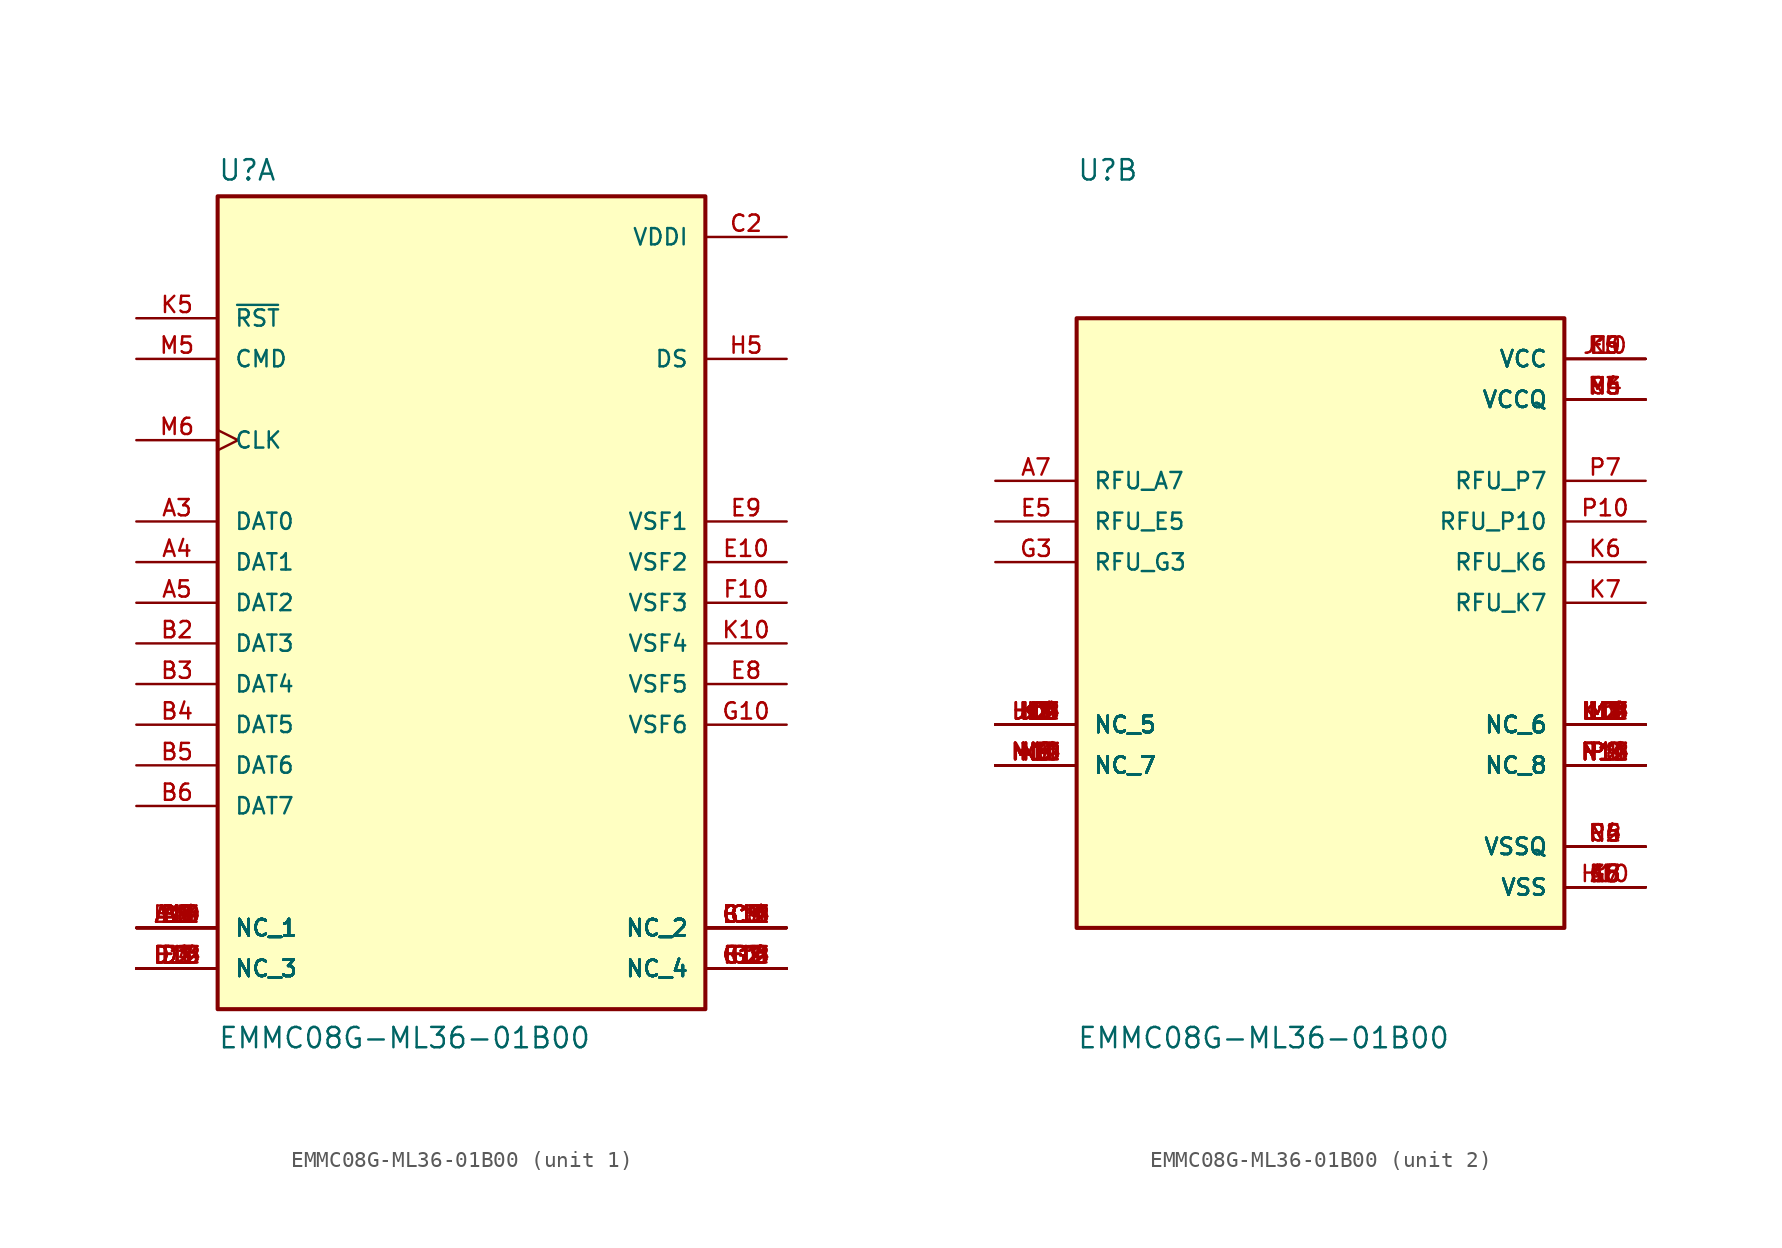
<source format=kicad_sym>
(kicad_symbol_lib
  (version 20231120)
  (generator "kicad_symbol_editor")
  (generator_version "8.0")
  (symbol "EMMC08G-ML36-01B00"
    (pin_names
      (offset 1.016))
    (property "Reference" "U"
      (at -15.24 26.289 0)
      (effects (font (size 1.27 1.27)) (justify left bottom)))
    (property "Value" "EMMC08G-ML36-01B00"
      (at -15.24 -27.94 0)
      (effects (font (size 1.27 1.27)) (justify left bottom)))
    (symbol "EMMC08G-ML36-01B00_1_0"
      (rectangle (start -15.24 -25.4) (end 15.24 25.4) (stroke (width 0.254) (type default)) (fill (type background)))
      (pin passive line (at -20.32 -20.32 0) (length 5.08) (name "NC_1" (effects (font (size 1.016 1.016)))) (number "A1" (effects (font (size 1.016 1.016)))))
      (pin passive line (at -20.32 -20.32 0) (length 5.08) (name "NC_1" (effects (font (size 1.016 1.016)))) (number "A10" (effects (font (size 1.016 1.016)))))
      (pin passive line (at -20.32 -20.32 0) (length 5.08) (name "NC_1" (effects (font (size 1.016 1.016)))) (number "A11" (effects (font (size 1.016 1.016)))))
      (pin passive line (at -20.32 -20.32 0) (length 5.08) (name "NC_1" (effects (font (size 1.016 1.016)))) (number "A12" (effects (font (size 1.016 1.016)))))
      (pin passive line (at -20.32 -20.32 0) (length 5.08) (name "NC_1" (effects (font (size 1.016 1.016)))) (number "A13" (effects (font (size 1.016 1.016)))))
      (pin passive line (at -20.32 -20.32 0) (length 5.08) (name "NC_1" (effects (font (size 1.016 1.016)))) (number "A14" (effects (font (size 1.016 1.016)))))
      (pin passive line (at -20.32 -20.32 0) (length 5.08) (name "NC_1" (effects (font (size 1.016 1.016)))) (number "A2" (effects (font (size 1.016 1.016)))))
      (pin bidirectional line (at -20.32 5.08 0) (length 5.08) (name "DAT0" (effects (font (size 1.016 1.016)))) (number "A3" (effects (font (size 1.016 1.016)))))
      (pin bidirectional line (at -20.32 2.54 0) (length 5.08) (name "DAT1" (effects (font (size 1.016 1.016)))) (number "A4" (effects (font (size 1.016 1.016)))))
      (pin bidirectional line (at -20.32 0 0) (length 5.08) (name "DAT2" (effects (font (size 1.016 1.016)))) (number "A5" (effects (font (size 1.016 1.016)))))
      (pin passive line (at -20.32 -20.32 0) (length 5.08) (name "NC_1" (effects (font (size 1.016 1.016)))) (number "A8" (effects (font (size 1.016 1.016)))))
      (pin passive line (at -20.32 -20.32 0) (length 5.08) (name "NC_1" (effects (font (size 1.016 1.016)))) (number "A9" (effects (font (size 1.016 1.016)))))
      (pin passive line (at -20.32 -20.32 0) (length 5.08) (name "NC_1" (effects (font (size 1.016 1.016)))) (number "B1" (effects (font (size 1.016 1.016)))))
      (pin passive line (at -20.32 -20.32 0) (length 5.08) (name "NC_1" (effects (font (size 1.016 1.016)))) (number "B10" (effects (font (size 1.016 1.016)))))
      (pin passive line (at 20.32 -20.32 180) (length 5.08) (name "NC_2" (effects (font (size 1.016 1.016)))) (number "B11" (effects (font (size 1.016 1.016)))))
      (pin passive line (at 20.32 -20.32 180) (length 5.08) (name "NC_2" (effects (font (size 1.016 1.016)))) (number "B12" (effects (font (size 1.016 1.016)))))
      (pin passive line (at 20.32 -20.32 180) (length 5.08) (name "NC_2" (effects (font (size 1.016 1.016)))) (number "B13" (effects (font (size 1.016 1.016)))))
      (pin passive line (at 20.32 -20.32 180) (length 5.08) (name "NC_2" (effects (font (size 1.016 1.016)))) (number "B14" (effects (font (size 1.016 1.016)))))
      (pin bidirectional line (at -20.32 -2.54 0) (length 5.08) (name "DAT3" (effects (font (size 1.016 1.016)))) (number "B2" (effects (font (size 1.016 1.016)))))
      (pin bidirectional line (at -20.32 -5.08 0) (length 5.08) (name "DAT4" (effects (font (size 1.016 1.016)))) (number "B3" (effects (font (size 1.016 1.016)))))
      (pin bidirectional line (at -20.32 -7.62 0) (length 5.08) (name "DAT5" (effects (font (size 1.016 1.016)))) (number "B4" (effects (font (size 1.016 1.016)))))
      (pin bidirectional line (at -20.32 -10.16 0) (length 5.08) (name "DAT6" (effects (font (size 1.016 1.016)))) (number "B5" (effects (font (size 1.016 1.016)))))
      (pin bidirectional line (at -20.32 -12.7 0) (length 5.08) (name "DAT7" (effects (font (size 1.016 1.016)))) (number "B6" (effects (font (size 1.016 1.016)))))
      (pin passive line (at -20.32 -20.32 0) (length 5.08) (name "NC_1" (effects (font (size 1.016 1.016)))) (number "B7" (effects (font (size 1.016 1.016)))))
      (pin passive line (at -20.32 -20.32 0) (length 5.08) (name "NC_1" (effects (font (size 1.016 1.016)))) (number "B8" (effects (font (size 1.016 1.016)))))
      (pin passive line (at -20.32 -20.32 0) (length 5.08) (name "NC_1" (effects (font (size 1.016 1.016)))) (number "B9" (effects (font (size 1.016 1.016)))))
      (pin passive line (at 20.32 -20.32 180) (length 5.08) (name "NC_2" (effects (font (size 1.016 1.016)))) (number "C1" (effects (font (size 1.016 1.016)))))
      (pin passive line (at 20.32 -20.32 180) (length 5.08) (name "NC_2" (effects (font (size 1.016 1.016)))) (number "C10" (effects (font (size 1.016 1.016)))))
      (pin passive line (at 20.32 -20.32 180) (length 5.08) (name "NC_2" (effects (font (size 1.016 1.016)))) (number "C11" (effects (font (size 1.016 1.016)))))
      (pin passive line (at 20.32 -20.32 180) (length 5.08) (name "NC_2" (effects (font (size 1.016 1.016)))) (number "C12" (effects (font (size 1.016 1.016)))))
      (pin passive line (at 20.32 -20.32 180) (length 5.08) (name "NC_2" (effects (font (size 1.016 1.016)))) (number "C13" (effects (font (size 1.016 1.016)))))
      (pin passive line (at 20.32 -20.32 180) (length 5.08) (name "NC_2" (effects (font (size 1.016 1.016)))) (number "C14" (effects (font (size 1.016 1.016)))))
      (pin passive line (at 20.32 22.86 180) (length 5.08) (name "VDDI" (effects (font (size 1.016 1.016)))) (number "C2" (effects (font (size 1.016 1.016)))))
      (pin passive line (at 20.32 -20.32 180) (length 5.08) (name "NC_2" (effects (font (size 1.016 1.016)))) (number "C3" (effects (font (size 1.016 1.016)))))
      (pin passive line (at 20.32 -20.32 180) (length 5.08) (name "NC_2" (effects (font (size 1.016 1.016)))) (number "C5" (effects (font (size 1.016 1.016)))))
      (pin passive line (at 20.32 -20.32 180) (length 5.08) (name "NC_2" (effects (font (size 1.016 1.016)))) (number "C7" (effects (font (size 1.016 1.016)))))
      (pin passive line (at 20.32 -20.32 180) (length 5.08) (name "NC_2" (effects (font (size 1.016 1.016)))) (number "C8" (effects (font (size 1.016 1.016)))))
      (pin passive line (at 20.32 -20.32 180) (length 5.08) (name "NC_2" (effects (font (size 1.016 1.016)))) (number "C9" (effects (font (size 1.016 1.016)))))
      (pin passive line (at -20.32 -22.86 0) (length 5.08) (name "NC_3" (effects (font (size 1.016 1.016)))) (number "D1" (effects (font (size 1.016 1.016)))))
      (pin passive line (at -20.32 -22.86 0) (length 5.08) (name "NC_3" (effects (font (size 1.016 1.016)))) (number "D12" (effects (font (size 1.016 1.016)))))
      (pin passive line (at -20.32 -22.86 0) (length 5.08) (name "NC_3" (effects (font (size 1.016 1.016)))) (number "D13" (effects (font (size 1.016 1.016)))))
      (pin passive line (at -20.32 -22.86 0) (length 5.08) (name "NC_3" (effects (font (size 1.016 1.016)))) (number "D14" (effects (font (size 1.016 1.016)))))
      (pin passive line (at -20.32 -22.86 0) (length 5.08) (name "NC_3" (effects (font (size 1.016 1.016)))) (number "D2" (effects (font (size 1.016 1.016)))))
      (pin passive line (at -20.32 -22.86 0) (length 5.08) (name "NC_3" (effects (font (size 1.016 1.016)))) (number "D3" (effects (font (size 1.016 1.016)))))
      (pin passive line (at -20.32 -22.86 0) (length 5.08) (name "NC_3" (effects (font (size 1.016 1.016)))) (number "D4" (effects (font (size 1.016 1.016)))))
      (pin passive line (at -20.32 -22.86 0) (length 5.08) (name "NC_3" (effects (font (size 1.016 1.016)))) (number "E1" (effects (font (size 1.016 1.016)))))
      (pin bidirectional line (at 20.32 2.54 180) (length 5.08) (name "VSF2" (effects (font (size 1.016 1.016)))) (number "E10" (effects (font (size 1.016 1.016)))))
      (pin passive line (at -20.32 -22.86 0) (length 5.08) (name "NC_3" (effects (font (size 1.016 1.016)))) (number "E12" (effects (font (size 1.016 1.016)))))
      (pin passive line (at -20.32 -22.86 0) (length 5.08) (name "NC_3" (effects (font (size 1.016 1.016)))) (number "E13" (effects (font (size 1.016 1.016)))))
      (pin passive line (at 20.32 -22.86 180) (length 5.08) (name "NC_4" (effects (font (size 1.016 1.016)))) (number "E14" (effects (font (size 1.016 1.016)))))
      (pin passive line (at -20.32 -22.86 0) (length 5.08) (name "NC_3" (effects (font (size 1.016 1.016)))) (number "E2" (effects (font (size 1.016 1.016)))))
      (pin passive line (at -20.32 -22.86 0) (length 5.08) (name "NC_3" (effects (font (size 1.016 1.016)))) (number "E3" (effects (font (size 1.016 1.016)))))
      (pin bidirectional line (at 20.32 -5.08 180) (length 5.08) (name "VSF5" (effects (font (size 1.016 1.016)))) (number "E8" (effects (font (size 1.016 1.016)))))
      (pin bidirectional line (at 20.32 5.08 180) (length 5.08) (name "VSF1" (effects (font (size 1.016 1.016)))) (number "E9" (effects (font (size 1.016 1.016)))))
      (pin passive line (at 20.32 -22.86 180) (length 5.08) (name "NC_4" (effects (font (size 1.016 1.016)))) (number "F1" (effects (font (size 1.016 1.016)))))
      (pin bidirectional line (at 20.32 0 180) (length 5.08) (name "VSF3" (effects (font (size 1.016 1.016)))) (number "F10" (effects (font (size 1.016 1.016)))))
      (pin passive line (at 20.32 -22.86 180) (length 5.08) (name "NC_4" (effects (font (size 1.016 1.016)))) (number "F12" (effects (font (size 1.016 1.016)))))
      (pin passive line (at 20.32 -22.86 180) (length 5.08) (name "NC_4" (effects (font (size 1.016 1.016)))) (number "F13" (effects (font (size 1.016 1.016)))))
      (pin passive line (at 20.32 -22.86 180) (length 5.08) (name "NC_4" (effects (font (size 1.016 1.016)))) (number "F14" (effects (font (size 1.016 1.016)))))
      (pin passive line (at 20.32 -22.86 180) (length 5.08) (name "NC_4" (effects (font (size 1.016 1.016)))) (number "F2" (effects (font (size 1.016 1.016)))))
      (pin passive line (at 20.32 -22.86 180) (length 5.08) (name "NC_4" (effects (font (size 1.016 1.016)))) (number "F3" (effects (font (size 1.016 1.016)))))
      (pin passive line (at 20.32 -22.86 180) (length 5.08) (name "NC_4" (effects (font (size 1.016 1.016)))) (number "G1" (effects (font (size 1.016 1.016)))))
      (pin bidirectional line (at 20.32 -7.62 180) (length 5.08) (name "VSF6" (effects (font (size 1.016 1.016)))) (number "G10" (effects (font (size 1.016 1.016)))))
      (pin passive line (at 20.32 -22.86 180) (length 5.08) (name "NC_4" (effects (font (size 1.016 1.016)))) (number "G12" (effects (font (size 1.016 1.016)))))
      (pin passive line (at 20.32 -22.86 180) (length 5.08) (name "NC_4" (effects (font (size 1.016 1.016)))) (number "G13" (effects (font (size 1.016 1.016)))))
      (pin passive line (at 20.32 -22.86 180) (length 5.08) (name "NC_4" (effects (font (size 1.016 1.016)))) (number "G14" (effects (font (size 1.016 1.016)))))
      (pin passive line (at 20.32 -22.86 180) (length 5.08) (name "NC_4" (effects (font (size 1.016 1.016)))) (number "G2" (effects (font (size 1.016 1.016)))))
      (pin bidirectional line (at 20.32 15.24 180) (length 5.08) (name "DS" (effects (font (size 1.016 1.016)))) (number "H5" (effects (font (size 1.016 1.016)))))
      (pin bidirectional line (at 20.32 -2.54 180) (length 5.08) (name "VSF4" (effects (font (size 1.016 1.016)))) (number "K10" (effects (font (size 1.016 1.016)))))
      (pin input line (at -20.32 17.78 0) (length 5.08) (name "~{RST}" (effects (font (size 1.016 1.016)))) (number "K5" (effects (font (size 1.016 1.016)))))
      (pin bidirectional line (at -20.32 15.24 0) (length 5.08) (name "CMD" (effects (font (size 1.016 1.016)))) (number "M5" (effects (font (size 1.016 1.016)))))
      (pin input clock (at -20.32 10.16 0) (length 5.08) (name "CLK" (effects (font (size 1.016 1.016)))) (number "M6" (effects (font (size 1.016 1.016))))))
    (symbol "EMMC08G-ML36-01B00_2_0"
      (rectangle (start -15.24 -20.32) (end 15.24 17.78) (stroke (width 0.254) (type default)) (fill (type background)))
      (pin power_in line (at 20.32 -17.78 180) (length 5.08) (name "VSS" (effects (font (size 1.016 1.016)))) (number "A6" (effects (font (size 1.016 1.016)))))
      (pin passive line (at -20.32 7.62 0) (length 5.08) (name "RFU_A7" (effects (font (size 1.016 1.016)))) (number "A7" (effects (font (size 1.016 1.016)))))
      (pin power_in line (at 20.32 -15.24 180) (length 5.08) (name "VSSQ" (effects (font (size 1.016 1.016)))) (number "C4" (effects (font (size 1.016 1.016)))))
      (pin power_in line (at 20.32 12.7 180) (length 5.08) (name "VCCQ" (effects (font (size 1.016 1.016)))) (number "C6" (effects (font (size 1.016 1.016)))))
      (pin passive line (at -20.32 5.08 0) (length 5.08) (name "RFU_E5" (effects (font (size 1.016 1.016)))) (number "E5" (effects (font (size 1.016 1.016)))))
      (pin power_in line (at 20.32 15.24 180) (length 5.08) (name "VCC" (effects (font (size 1.016 1.016)))) (number "E6" (effects (font (size 1.016 1.016)))))
      (pin power_in line (at 20.32 -17.78 180) (length 5.08) (name "VSS" (effects (font (size 1.016 1.016)))) (number "E7" (effects (font (size 1.016 1.016)))))
      (pin power_in line (at 20.32 15.24 180) (length 5.08) (name "VCC" (effects (font (size 1.016 1.016)))) (number "F5" (effects (font (size 1.016 1.016)))))
      (pin passive line (at -20.32 2.54 0) (length 5.08) (name "RFU_G3" (effects (font (size 1.016 1.016)))) (number "G3" (effects (font (size 1.016 1.016)))))
      (pin power_in line (at 20.32 -17.78 180) (length 5.08) (name "VSS" (effects (font (size 1.016 1.016)))) (number "G5" (effects (font (size 1.016 1.016)))))
      (pin passive line (at -20.32 -7.62 0) (length 5.08) (name "NC_5" (effects (font (size 1.016 1.016)))) (number "H1" (effects (font (size 1.016 1.016)))))
      (pin power_in line (at 20.32 -17.78 180) (length 5.08) (name "VSS" (effects (font (size 1.016 1.016)))) (number "H10" (effects (font (size 1.016 1.016)))))
      (pin passive line (at -20.32 -7.62 0) (length 5.08) (name "NC_5" (effects (font (size 1.016 1.016)))) (number "H12" (effects (font (size 1.016 1.016)))))
      (pin passive line (at -20.32 -7.62 0) (length 5.08) (name "NC_5" (effects (font (size 1.016 1.016)))) (number "H13" (effects (font (size 1.016 1.016)))))
      (pin passive line (at -20.32 -7.62 0) (length 5.08) (name "NC_5" (effects (font (size 1.016 1.016)))) (number "H14" (effects (font (size 1.016 1.016)))))
      (pin passive line (at -20.32 -7.62 0) (length 5.08) (name "NC_5" (effects (font (size 1.016 1.016)))) (number "H2" (effects (font (size 1.016 1.016)))))
      (pin passive line (at -20.32 -7.62 0) (length 5.08) (name "NC_5" (effects (font (size 1.016 1.016)))) (number "H3" (effects (font (size 1.016 1.016)))))
      (pin passive line (at -20.32 -7.62 0) (length 5.08) (name "NC_5" (effects (font (size 1.016 1.016)))) (number "J1" (effects (font (size 1.016 1.016)))))
      (pin power_in line (at 20.32 15.24 180) (length 5.08) (name "VCC" (effects (font (size 1.016 1.016)))) (number "J10" (effects (font (size 1.016 1.016)))))
      (pin passive line (at -20.32 -7.62 0) (length 5.08) (name "NC_5" (effects (font (size 1.016 1.016)))) (number "J12" (effects (font (size 1.016 1.016)))))
      (pin passive line (at -20.32 -7.62 0) (length 5.08) (name "NC_5" (effects (font (size 1.016 1.016)))) (number "J13" (effects (font (size 1.016 1.016)))))
      (pin passive line (at -20.32 -7.62 0) (length 5.08) (name "NC_5" (effects (font (size 1.016 1.016)))) (number "J14" (effects (font (size 1.016 1.016)))))
      (pin passive line (at -20.32 -7.62 0) (length 5.08) (name "NC_5" (effects (font (size 1.016 1.016)))) (number "J2" (effects (font (size 1.016 1.016)))))
      (pin passive line (at -20.32 -7.62 0) (length 5.08) (name "NC_5" (effects (font (size 1.016 1.016)))) (number "J3" (effects (font (size 1.016 1.016)))))
      (pin power_in line (at 20.32 -17.78 180) (length 5.08) (name "VSS" (effects (font (size 1.016 1.016)))) (number "J5" (effects (font (size 1.016 1.016)))))
      (pin passive line (at -20.32 -7.62 0) (length 5.08) (name "NC_5" (effects (font (size 1.016 1.016)))) (number "K1" (effects (font (size 1.016 1.016)))))
      (pin passive line (at 20.32 -7.62 180) (length 5.08) (name "NC_6" (effects (font (size 1.016 1.016)))) (number "K12" (effects (font (size 1.016 1.016)))))
      (pin passive line (at 20.32 -7.62 180) (length 5.08) (name "NC_6" (effects (font (size 1.016 1.016)))) (number "K13" (effects (font (size 1.016 1.016)))))
      (pin passive line (at 20.32 -7.62 180) (length 5.08) (name "NC_6" (effects (font (size 1.016 1.016)))) (number "K14" (effects (font (size 1.016 1.016)))))
      (pin passive line (at -20.32 -7.62 0) (length 5.08) (name "NC_5" (effects (font (size 1.016 1.016)))) (number "K2" (effects (font (size 1.016 1.016)))))
      (pin passive line (at -20.32 -7.62 0) (length 5.08) (name "NC_5" (effects (font (size 1.016 1.016)))) (number "K3" (effects (font (size 1.016 1.016)))))
      (pin passive line (at 20.32 2.54 180) (length 5.08) (name "RFU_K6" (effects (font (size 1.016 1.016)))) (number "K6" (effects (font (size 1.016 1.016)))))
      (pin passive line (at 20.32 0 180) (length 5.08) (name "RFU_K7" (effects (font (size 1.016 1.016)))) (number "K7" (effects (font (size 1.016 1.016)))))
      (pin power_in line (at 20.32 -17.78 180) (length 5.08) (name "VSS" (effects (font (size 1.016 1.016)))) (number "K8" (effects (font (size 1.016 1.016)))))
      (pin power_in line (at 20.32 15.24 180) (length 5.08) (name "VCC" (effects (font (size 1.016 1.016)))) (number "K9" (effects (font (size 1.016 1.016)))))
      (pin passive line (at 20.32 -7.62 180) (length 5.08) (name "NC_6" (effects (font (size 1.016 1.016)))) (number "L1" (effects (font (size 1.016 1.016)))))
      (pin passive line (at 20.32 -7.62 180) (length 5.08) (name "NC_6" (effects (font (size 1.016 1.016)))) (number "L12" (effects (font (size 1.016 1.016)))))
      (pin passive line (at 20.32 -7.62 180) (length 5.08) (name "NC_6" (effects (font (size 1.016 1.016)))) (number "L13" (effects (font (size 1.016 1.016)))))
      (pin passive line (at 20.32 -7.62 180) (length 5.08) (name "NC_6" (effects (font (size 1.016 1.016)))) (number "L14" (effects (font (size 1.016 1.016)))))
      (pin passive line (at 20.32 -7.62 180) (length 5.08) (name "NC_6" (effects (font (size 1.016 1.016)))) (number "L2" (effects (font (size 1.016 1.016)))))
      (pin passive line (at 20.32 -7.62 180) (length 5.08) (name "NC_6" (effects (font (size 1.016 1.016)))) (number "L3" (effects (font (size 1.016 1.016)))))
      (pin passive line (at 20.32 -7.62 180) (length 5.08) (name "NC_6" (effects (font (size 1.016 1.016)))) (number "M1" (effects (font (size 1.016 1.016)))))
      (pin passive line (at -20.32 -10.16 0) (length 5.08) (name "NC_7" (effects (font (size 1.016 1.016)))) (number "M10" (effects (font (size 1.016 1.016)))))
      (pin passive line (at -20.32 -10.16 0) (length 5.08) (name "NC_7" (effects (font (size 1.016 1.016)))) (number "M11" (effects (font (size 1.016 1.016)))))
      (pin passive line (at -20.32 -10.16 0) (length 5.08) (name "NC_7" (effects (font (size 1.016 1.016)))) (number "M12" (effects (font (size 1.016 1.016)))))
      (pin passive line (at -20.32 -10.16 0) (length 5.08) (name "NC_7" (effects (font (size 1.016 1.016)))) (number "M13" (effects (font (size 1.016 1.016)))))
      (pin passive line (at -20.32 -10.16 0) (length 5.08) (name "NC_7" (effects (font (size 1.016 1.016)))) (number "M14" (effects (font (size 1.016 1.016)))))
      (pin passive line (at 20.32 -7.62 180) (length 5.08) (name "NC_6" (effects (font (size 1.016 1.016)))) (number "M2" (effects (font (size 1.016 1.016)))))
      (pin passive line (at 20.32 -7.62 180) (length 5.08) (name "NC_6" (effects (font (size 1.016 1.016)))) (number "M3" (effects (font (size 1.016 1.016)))))
      (pin power_in line (at 20.32 12.7 180) (length 5.08) (name "VCCQ" (effects (font (size 1.016 1.016)))) (number "M4" (effects (font (size 1.016 1.016)))))
      (pin passive line (at 20.32 -7.62 180) (length 5.08) (name "NC_6" (effects (font (size 1.016 1.016)))) (number "M7" (effects (font (size 1.016 1.016)))))
      (pin passive line (at -20.32 -10.16 0) (length 5.08) (name "NC_7" (effects (font (size 1.016 1.016)))) (number "M8" (effects (font (size 1.016 1.016)))))
      (pin passive line (at -20.32 -10.16 0) (length 5.08) (name "NC_7" (effects (font (size 1.016 1.016)))) (number "M9" (effects (font (size 1.016 1.016)))))
      (pin passive line (at -20.32 -10.16 0) (length 5.08) (name "NC_7" (effects (font (size 1.016 1.016)))) (number "N1" (effects (font (size 1.016 1.016)))))
      (pin passive line (at -20.32 -10.16 0) (length 5.08) (name "NC_7" (effects (font (size 1.016 1.016)))) (number "N10" (effects (font (size 1.016 1.016)))))
      (pin passive line (at 20.32 -10.16 180) (length 5.08) (name "NC_8" (effects (font (size 1.016 1.016)))) (number "N11" (effects (font (size 1.016 1.016)))))
      (pin passive line (at 20.32 -10.16 180) (length 5.08) (name "NC_8" (effects (font (size 1.016 1.016)))) (number "N12" (effects (font (size 1.016 1.016)))))
      (pin passive line (at 20.32 -10.16 180) (length 5.08) (name "NC_8" (effects (font (size 1.016 1.016)))) (number "N13" (effects (font (size 1.016 1.016)))))
      (pin passive line (at 20.32 -10.16 180) (length 5.08) (name "NC_8" (effects (font (size 1.016 1.016)))) (number "N14" (effects (font (size 1.016 1.016)))))
      (pin power_in line (at 20.32 -15.24 180) (length 5.08) (name "VSSQ" (effects (font (size 1.016 1.016)))) (number "N2" (effects (font (size 1.016 1.016)))))
      (pin passive line (at -20.32 -10.16 0) (length 5.08) (name "NC_7" (effects (font (size 1.016 1.016)))) (number "N3" (effects (font (size 1.016 1.016)))))
      (pin power_in line (at 20.32 12.7 180) (length 5.08) (name "VCCQ" (effects (font (size 1.016 1.016)))) (number "N4" (effects (font (size 1.016 1.016)))))
      (pin power_in line (at 20.32 -15.24 180) (length 5.08) (name "VSSQ" (effects (font (size 1.016 1.016)))) (number "N5" (effects (font (size 1.016 1.016)))))
      (pin passive line (at -20.32 -10.16 0) (length 5.08) (name "NC_7" (effects (font (size 1.016 1.016)))) (number "N6" (effects (font (size 1.016 1.016)))))
      (pin passive line (at -20.32 -10.16 0) (length 5.08) (name "NC_7" (effects (font (size 1.016 1.016)))) (number "N7" (effects (font (size 1.016 1.016)))))
      (pin passive line (at -20.32 -10.16 0) (length 5.08) (name "NC_7" (effects (font (size 1.016 1.016)))) (number "N8" (effects (font (size 1.016 1.016)))))
      (pin passive line (at -20.32 -10.16 0) (length 5.08) (name "NC_7" (effects (font (size 1.016 1.016)))) (number "N9" (effects (font (size 1.016 1.016)))))
      (pin passive line (at 20.32 -10.16 180) (length 5.08) (name "NC_8" (effects (font (size 1.016 1.016)))) (number "P1" (effects (font (size 1.016 1.016)))))
      (pin passive line (at 20.32 5.08 180) (length 5.08) (name "RFU_P10" (effects (font (size 1.016 1.016)))) (number "P10" (effects (font (size 1.016 1.016)))))
      (pin passive line (at 20.32 -10.16 180) (length 5.08) (name "NC_8" (effects (font (size 1.016 1.016)))) (number "P11" (effects (font (size 1.016 1.016)))))
      (pin passive line (at 20.32 -10.16 180) (length 5.08) (name "NC_8" (effects (font (size 1.016 1.016)))) (number "P12" (effects (font (size 1.016 1.016)))))
      (pin passive line (at 20.32 -10.16 180) (length 5.08) (name "NC_8" (effects (font (size 1.016 1.016)))) (number "P13" (effects (font (size 1.016 1.016)))))
      (pin passive line (at 20.32 -10.16 180) (length 5.08) (name "NC_8" (effects (font (size 1.016 1.016)))) (number "P14" (effects (font (size 1.016 1.016)))))
      (pin passive line (at 20.32 -10.16 180) (length 5.08) (name "NC_8" (effects (font (size 1.016 1.016)))) (number "P2" (effects (font (size 1.016 1.016)))))
      (pin power_in line (at 20.32 12.7 180) (length 5.08) (name "VCCQ" (effects (font (size 1.016 1.016)))) (number "P3" (effects (font (size 1.016 1.016)))))
      (pin power_in line (at 20.32 -15.24 180) (length 5.08) (name "VSSQ" (effects (font (size 1.016 1.016)))) (number "P4" (effects (font (size 1.016 1.016)))))
      (pin power_in line (at 20.32 12.7 180) (length 5.08) (name "VCCQ" (effects (font (size 1.016 1.016)))) (number "P5" (effects (font (size 1.016 1.016)))))
      (pin power_in line (at 20.32 -15.24 180) (length 5.08) (name "VSSQ" (effects (font (size 1.016 1.016)))) (number "P6" (effects (font (size 1.016 1.016)))))
      (pin passive line (at 20.32 7.62 180) (length 5.08) (name "RFU_P7" (effects (font (size 1.016 1.016)))) (number "P7" (effects (font (size 1.016 1.016)))))
      (pin passive line (at 20.32 -10.16 180) (length 5.08) (name "NC_8" (effects (font (size 1.016 1.016)))) (number "P8" (effects (font (size 1.016 1.016)))))
      (pin passive line (at 20.32 -10.16 180) (length 5.08) (name "NC_8" (effects (font (size 1.016 1.016)))) (number "P9" (effects (font (size 1.016 1.016))))))))
</source>
